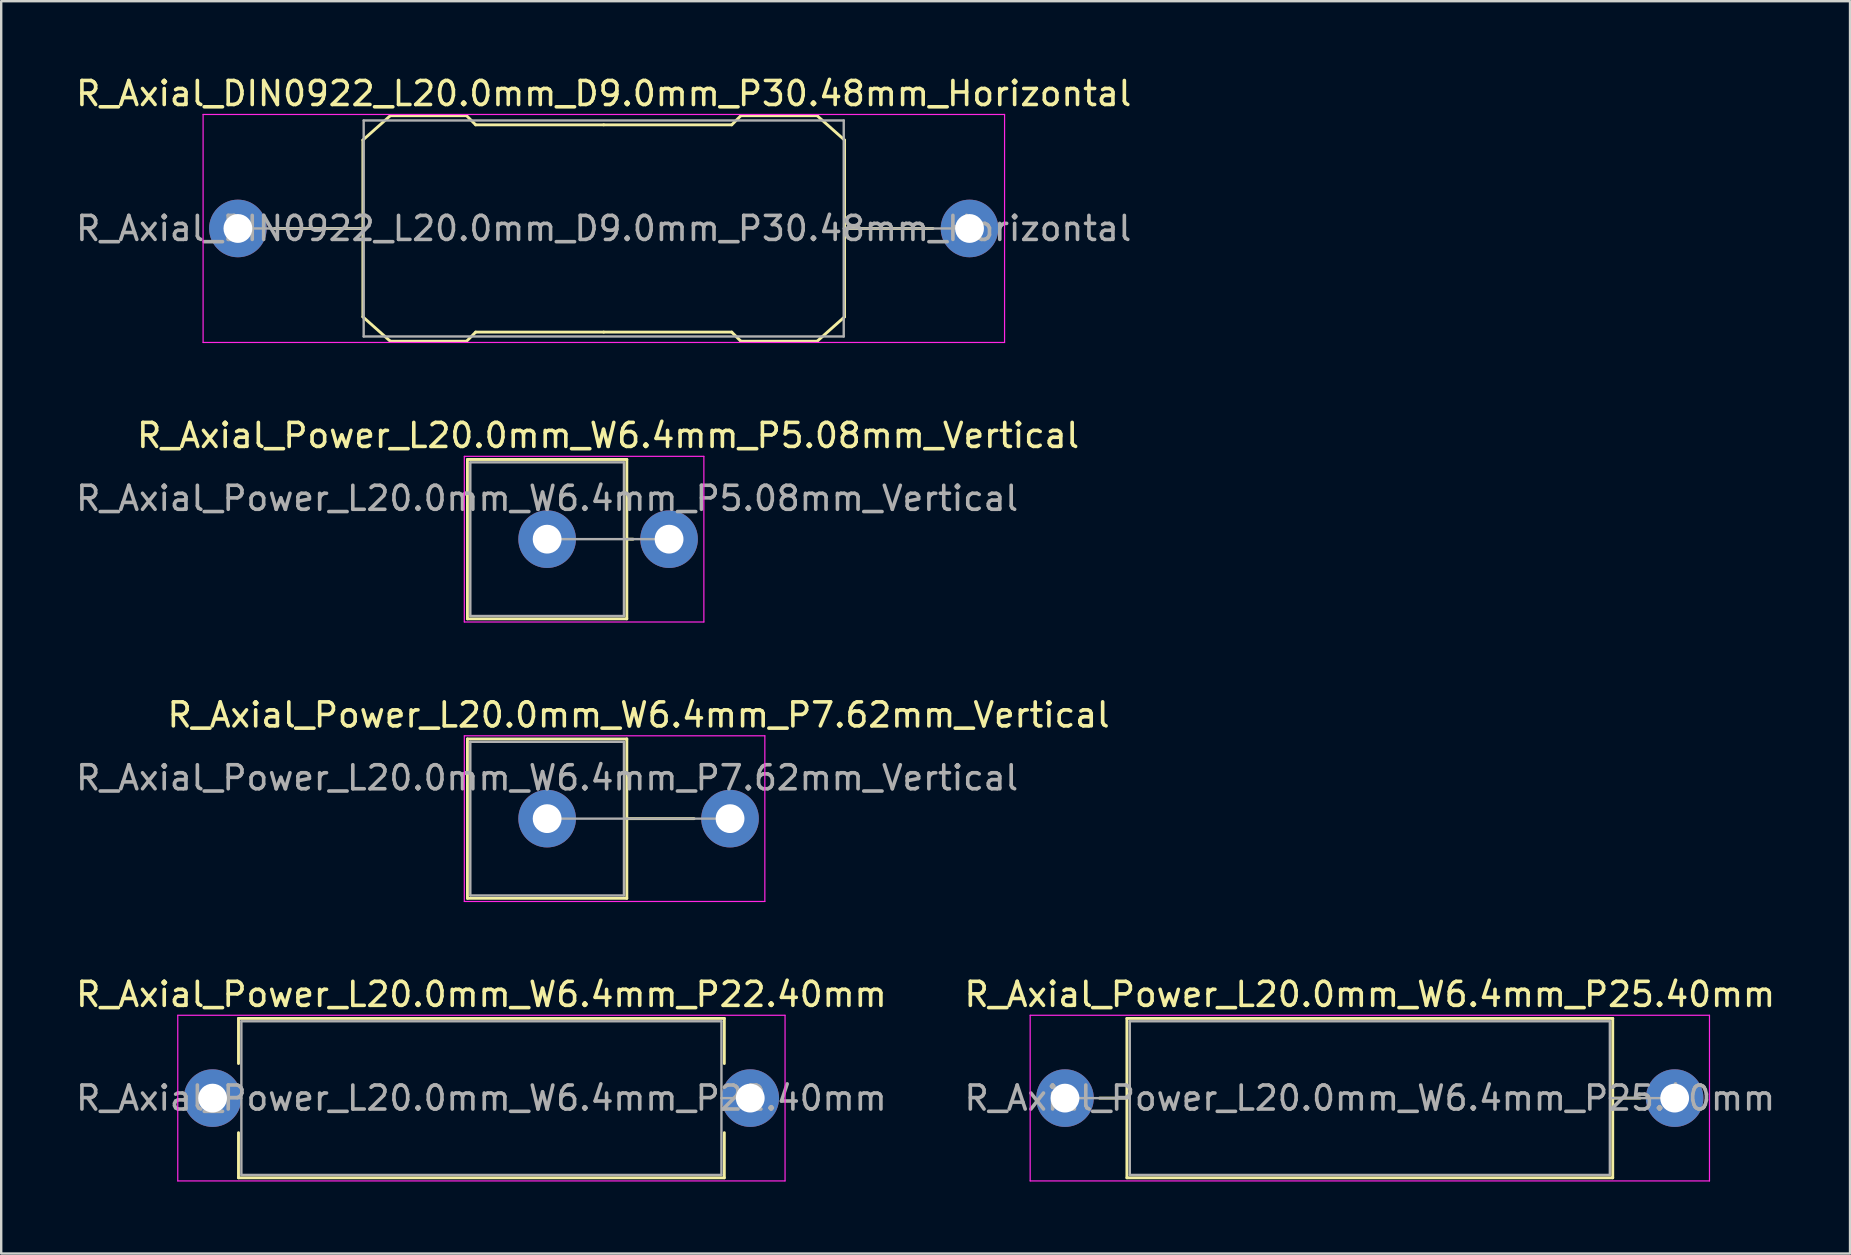
<source format=kicad_pcb>
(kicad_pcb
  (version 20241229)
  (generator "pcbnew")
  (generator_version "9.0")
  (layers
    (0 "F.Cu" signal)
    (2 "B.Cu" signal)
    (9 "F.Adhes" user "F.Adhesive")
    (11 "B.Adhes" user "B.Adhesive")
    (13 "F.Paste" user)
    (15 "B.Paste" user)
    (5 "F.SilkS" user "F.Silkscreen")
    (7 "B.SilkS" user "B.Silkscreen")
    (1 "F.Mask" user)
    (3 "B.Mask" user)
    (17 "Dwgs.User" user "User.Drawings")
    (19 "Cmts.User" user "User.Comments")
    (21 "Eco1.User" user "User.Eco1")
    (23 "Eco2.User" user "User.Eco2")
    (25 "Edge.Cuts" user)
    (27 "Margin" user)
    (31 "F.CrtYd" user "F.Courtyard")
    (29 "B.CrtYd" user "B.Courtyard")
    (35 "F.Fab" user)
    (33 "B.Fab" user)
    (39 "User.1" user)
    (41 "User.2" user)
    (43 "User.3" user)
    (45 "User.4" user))
  (footprint "R_Axial_DIN0922_L20.0mm_D9.0mm_P30.48mm_Horizontal"
    (layer "F.Cu")
    (at 6.861 6.468)
    (property "Reference" "R_Axial_DIN0922_L20.0mm_D9.0mm_P30.48mm_Horizontal" (at 15.24 -5.62 0) (layer "F.SilkS") (effects (font (size 1 1) (thickness 0.15))))
    (attr through_hole)
    (fp_line (start 5.207 -3.683) (end 5.207 3.683) (stroke (width 0.12) (type solid)) (layer "F.SilkS"))
    (fp_line (start 5.207 -3.683) (end 6.35 -4.699) (stroke (width 0.12) (type solid)) (layer "F.SilkS"))
    (fp_line (start 5.207 0) (end 1.524 0) (stroke (width 0.12) (type solid)) (layer "F.SilkS"))
    (fp_line (start 5.207 3.683) (end 6.35 4.699) (stroke (width 0.12) (type solid)) (layer "F.SilkS"))
    (fp_line (start 6.35 -4.699) (end 9.525 -4.699) (stroke (width 0.12) (type solid)) (layer "F.SilkS"))
    (fp_line (start 6.35 4.699) (end 9.525 4.699) (stroke (width 0.12) (type solid)) (layer "F.SilkS"))
    (fp_line (start 9.525 -4.699) (end 9.906 -4.318) (stroke (width 0.12) (type solid)) (layer "F.SilkS"))
    (fp_line (start 9.525 4.699) (end 9.906 4.318) (stroke (width 0.12) (type solid)) (layer "F.SilkS"))
    (fp_line (start 9.906 -4.318) (end 15.24 -4.318) (stroke (width 0.12) (type solid)) (layer "F.SilkS"))
    (fp_line (start 9.906 4.318) (end 15.24 4.318) (stroke (width 0.12) (type solid)) (layer "F.SilkS"))
    (fp_line (start 20.574 -4.318) (end 15.24 -4.318) (stroke (width 0.12) (type solid)) (layer "F.SilkS"))
    (fp_line (start 20.574 4.318) (end 15.24 4.318) (stroke (width 0.12) (type solid)) (layer "F.SilkS"))
    (fp_line (start 20.955 -4.699) (end 20.574 -4.318) (stroke (width 0.12) (type solid)) (layer "F.SilkS"))
    (fp_line (start 20.955 4.699) (end 20.574 4.318) (stroke (width 0.12) (type solid)) (layer "F.SilkS"))
    (fp_line (start 24.13 -4.699) (end 20.955 -4.699) (stroke (width 0.12) (type solid)) (layer "F.SilkS"))
    (fp_line (start 24.13 4.699) (end 20.955 4.699) (stroke (width 0.12) (type solid)) (layer "F.SilkS"))
    (fp_line (start 25.273 -3.683) (end 24.13 -4.699) (stroke (width 0.12) (type solid)) (layer "F.SilkS"))
    (fp_line (start 25.273 -3.683) (end 25.273 3.683) (stroke (width 0.12) (type solid)) (layer "F.SilkS"))
    (fp_line (start 25.273 0) (end 28.956 0) (stroke (width 0.12) (type solid)) (layer "F.SilkS"))
    (fp_line (start 25.273 3.683) (end 24.13 4.699) (stroke (width 0.12) (type solid)) (layer "F.SilkS"))
    (fp_line (start -1.45 -4.75) (end -1.45 4.75) (stroke (width 0.05) (type solid)) (layer "F.CrtYd"))
    (fp_line (start -1.45 4.75) (end 31.94 4.75) (stroke (width 0.05) (type solid)) (layer "F.CrtYd"))
    (fp_line (start 31.94 -4.75) (end -1.45 -4.75) (stroke (width 0.05) (type solid)) (layer "F.CrtYd"))
    (fp_line (start 31.94 4.75) (end 31.94 -4.75) (stroke (width 0.05) (type solid)) (layer "F.CrtYd"))
    (fp_line (start 0 0) (end 5.24 0) (stroke (width 0.1) (type solid)) (layer "F.Fab"))
    (fp_line (start 5.24 -4.5) (end 5.24 4.5) (stroke (width 0.1) (type solid)) (layer "F.Fab"))
    (fp_line (start 5.24 4.5) (end 25.24 4.5) (stroke (width 0.1) (type solid)) (layer "F.Fab"))
    (fp_line (start 25.24 -4.5) (end 5.24 -4.5) (stroke (width 0.1) (type solid)) (layer "F.Fab"))
    (fp_line (start 25.24 4.5) (end 25.24 -4.5) (stroke (width 0.1) (type solid)) (layer "F.Fab"))
    (fp_line (start 30.48 0) (end 25.24 0) (stroke (width 0.1) (type solid)) (layer "F.Fab"))
    (fp_text user "${REFERENCE}" (at 15.24 0 0) (layer "F.Fab") (effects (font (size 1 1) (thickness 0.15))))
    (pad "1" thru_hole circle (at 0 0) (size 2.4 2.4) (drill 1.2) (layers "*.Cu" "*.Mask"))
    (pad "2" thru_hole oval (at 30.48 0) (size 2.4 2.4) (drill 1.2) (layers "*.Cu" "*.Mask")))
  (footprint "R_Axial_Power_L20.0mm_W6.4mm_P5.08mm_Vertical"
    (layer "F.Cu")
    (at 19.744 19.412)
    (property "Reference" "R_Axial_Power_L20.0mm_W6.4mm_P5.08mm_Vertical" (at 2.54 -4.32 0) (layer "F.SilkS") (effects (font (size 1 1) (thickness 0.15))))
    (attr through_hole)
    (fp_line (start -3.32 -3.32) (end -3.32 3.32) (stroke (width 0.12) (type solid)) (layer "F.SilkS"))
    (fp_line (start -3.32 3.32) (end 3.32 3.32) (stroke (width 0.12) (type solid)) (layer "F.SilkS"))
    (fp_line (start 3.32 -3.32) (end -3.32 -3.32) (stroke (width 0.12) (type solid)) (layer "F.SilkS"))
    (fp_line (start 3.32 0) (end 3.58 0) (stroke (width 0.12) (type solid)) (layer "F.SilkS"))
    (fp_line (start 3.32 3.32) (end 3.32 -3.32) (stroke (width 0.12) (type solid)) (layer "F.SilkS"))
    (fp_line (start -3.45 -3.45) (end -3.45 3.45) (stroke (width 0.05) (type solid)) (layer "F.CrtYd"))
    (fp_line (start -3.45 3.45) (end 6.53 3.45) (stroke (width 0.05) (type solid)) (layer "F.CrtYd"))
    (fp_line (start 6.53 -3.45) (end -3.45 -3.45) (stroke (width 0.05) (type solid)) (layer "F.CrtYd"))
    (fp_line (start 6.53 3.45) (end 6.53 -3.45) (stroke (width 0.05) (type solid)) (layer "F.CrtYd"))
    (fp_line (start -3.2 -3.2) (end -3.2 3.2) (stroke (width 0.1) (type solid)) (layer "F.Fab"))
    (fp_line (start -3.2 3.2) (end 3.2 3.2) (stroke (width 0.1) (type solid)) (layer "F.Fab"))
    (fp_line (start 0 0) (end 5.08 0) (stroke (width 0.1) (type solid)) (layer "F.Fab"))
    (fp_line (start 3.2 -3.2) (end -3.2 -3.2) (stroke (width 0.1) (type solid)) (layer "F.Fab"))
    (fp_line (start 3.2 3.2) (end 3.2 -3.2) (stroke (width 0.1) (type solid)) (layer "F.Fab"))
    (fp_text user "${REFERENCE}" (at 0 -1.7 0) (layer "F.Fab") (effects (font (size 1 1) (thickness 0.15))))
    (pad "1" thru_hole circle (at 0 0) (size 2.4 2.4) (drill 1.2) (layers "*.Cu" "*.Mask"))
    (pad "2" thru_hole oval (at 5.08 0) (size 2.4 2.4) (drill 1.2) (layers "*.Cu" "*.Mask")))
  (footprint "R_Axial_Power_L20.0mm_W6.4mm_P7.62mm_Vertical"
    (layer "F.Cu")
    (at 19.744 31.055)
    (property "Reference" "R_Axial_Power_L20.0mm_W6.4mm_P7.62mm_Vertical" (at 3.81 -4.32 0) (layer "F.SilkS") (effects (font (size 1 1) (thickness 0.15))))
    (attr through_hole)
    (fp_line (start -3.32 -3.32) (end -3.32 3.32) (stroke (width 0.12) (type solid)) (layer "F.SilkS"))
    (fp_line (start -3.32 3.32) (end 3.32 3.32) (stroke (width 0.12) (type solid)) (layer "F.SilkS"))
    (fp_line (start 3.32 -3.32) (end -3.32 -3.32) (stroke (width 0.12) (type solid)) (layer "F.SilkS"))
    (fp_line (start 3.32 0) (end 6.12 0) (stroke (width 0.12) (type solid)) (layer "F.SilkS"))
    (fp_line (start 3.32 3.32) (end 3.32 -3.32) (stroke (width 0.12) (type solid)) (layer "F.SilkS"))
    (fp_line (start -3.45 -3.45) (end -3.45 3.45) (stroke (width 0.05) (type solid)) (layer "F.CrtYd"))
    (fp_line (start -3.45 3.45) (end 9.07 3.45) (stroke (width 0.05) (type solid)) (layer "F.CrtYd"))
    (fp_line (start 9.07 -3.45) (end -3.45 -3.45) (stroke (width 0.05) (type solid)) (layer "F.CrtYd"))
    (fp_line (start 9.07 3.45) (end 9.07 -3.45) (stroke (width 0.05) (type solid)) (layer "F.CrtYd"))
    (fp_line (start -3.2 -3.2) (end -3.2 3.2) (stroke (width 0.1) (type solid)) (layer "F.Fab"))
    (fp_line (start -3.2 3.2) (end 3.2 3.2) (stroke (width 0.1) (type solid)) (layer "F.Fab"))
    (fp_line (start 0 0) (end 7.62 0) (stroke (width 0.1) (type solid)) (layer "F.Fab"))
    (fp_line (start 3.2 -3.2) (end -3.2 -3.2) (stroke (width 0.1) (type solid)) (layer "F.Fab"))
    (fp_line (start 3.2 3.2) (end 3.2 -3.2) (stroke (width 0.1) (type solid)) (layer "F.Fab"))
    (fp_text user "${REFERENCE}" (at 0 -1.7 0) (layer "F.Fab") (effects (font (size 1 1) (thickness 0.15))))
    (pad "1" thru_hole circle (at 0 0) (size 2.4 2.4) (drill 1.2) (layers "*.Cu" "*.Mask"))
    (pad "2" thru_hole oval (at 7.62 0) (size 2.4 2.4) (drill 1.2) (layers "*.Cu" "*.Mask")))
  (footprint "R_Axial_Power_L20.0mm_W6.4mm_P25.40mm"
    (layer "F.Cu")
    (at 41.318 42.698)
    (property "Reference" "R_Axial_Power_L20.0mm_W6.4mm_P25.40mm" (at 12.7 -4.32 0) (layer "F.SilkS") (effects (font (size 1 1) (thickness 0.15))))
    (attr through_hole)
    (fp_line (start 1.44 0) (end 2.58 0) (stroke (width 0.12) (type solid)) (layer "F.SilkS"))
    (fp_line (start 2.58 -3.32) (end 2.58 3.32) (stroke (width 0.12) (type solid)) (layer "F.SilkS"))
    (fp_line (start 2.58 3.32) (end 22.82 3.32) (stroke (width 0.12) (type solid)) (layer "F.SilkS"))
    (fp_line (start 22.82 -3.32) (end 2.58 -3.32) (stroke (width 0.12) (type solid)) (layer "F.SilkS"))
    (fp_line (start 22.82 3.32) (end 22.82 -3.32) (stroke (width 0.12) (type solid)) (layer "F.SilkS"))
    (fp_line (start 23.96 0) (end 22.82 0) (stroke (width 0.12) (type solid)) (layer "F.SilkS"))
    (fp_line (start -1.45 -3.45) (end -1.45 3.45) (stroke (width 0.05) (type solid)) (layer "F.CrtYd"))
    (fp_line (start -1.45 3.45) (end 26.85 3.45) (stroke (width 0.05) (type solid)) (layer "F.CrtYd"))
    (fp_line (start 26.85 -3.45) (end -1.45 -3.45) (stroke (width 0.05) (type solid)) (layer "F.CrtYd"))
    (fp_line (start 26.85 3.45) (end 26.85 -3.45) (stroke (width 0.05) (type solid)) (layer "F.CrtYd"))
    (fp_line (start 0 0) (end 2.7 0) (stroke (width 0.1) (type solid)) (layer "F.Fab"))
    (fp_line (start 2.7 -3.2) (end 2.7 3.2) (stroke (width 0.1) (type solid)) (layer "F.Fab"))
    (fp_line (start 2.7 3.2) (end 22.7 3.2) (stroke (width 0.1) (type solid)) (layer "F.Fab"))
    (fp_line (start 22.7 -3.2) (end 2.7 -3.2) (stroke (width 0.1) (type solid)) (layer "F.Fab"))
    (fp_line (start 22.7 3.2) (end 22.7 -3.2) (stroke (width 0.1) (type solid)) (layer "F.Fab"))
    (fp_line (start 25.4 0) (end 22.7 0) (stroke (width 0.1) (type solid)) (layer "F.Fab"))
    (fp_text user "${REFERENCE}" (at 12.7 0 0) (layer "F.Fab") (effects (font (size 1 1) (thickness 0.15))))
    (pad "1" thru_hole circle (at 0 0) (size 2.4 2.4) (drill 1.2) (layers "*.Cu" "*.Mask"))
    (pad "2" thru_hole oval (at 25.4 0) (size 2.4 2.4) (drill 1.2) (layers "*.Cu" "*.Mask")))
  (footprint "R_Axial_Power_L20.0mm_W6.4mm_P22.40mm"
    (layer "F.Cu")
    (at 5.806 42.698)
    (property "Reference" "R_Axial_Power_L20.0mm_W6.4mm_P22.40mm" (at 11.2 -4.32 0) (layer "F.SilkS") (effects (font (size 1 1) (thickness 0.15))))
    (attr through_hole)
    (fp_line (start 1.08 -3.32) (end 21.32 -3.32) (stroke (width 0.12) (type solid)) (layer "F.SilkS"))
    (fp_line (start 1.08 -1.44) (end 1.08 -3.32) (stroke (width 0.12) (type solid)) (layer "F.SilkS"))
    (fp_line (start 1.08 1.44) (end 1.08 3.32) (stroke (width 0.12) (type solid)) (layer "F.SilkS"))
    (fp_line (start 1.08 3.32) (end 21.32 3.32) (stroke (width 0.12) (type solid)) (layer "F.SilkS"))
    (fp_line (start 21.32 -3.32) (end 21.32 -1.44) (stroke (width 0.12) (type solid)) (layer "F.SilkS"))
    (fp_line (start 21.32 3.32) (end 21.32 1.44) (stroke (width 0.12) (type solid)) (layer "F.SilkS"))
    (fp_line (start -1.45 -3.45) (end -1.45 3.45) (stroke (width 0.05) (type solid)) (layer "F.CrtYd"))
    (fp_line (start -1.45 3.45) (end 23.85 3.45) (stroke (width 0.05) (type solid)) (layer "F.CrtYd"))
    (fp_line (start 23.85 -3.45) (end -1.45 -3.45) (stroke (width 0.05) (type solid)) (layer "F.CrtYd"))
    (fp_line (start 23.85 3.45) (end 23.85 -3.45) (stroke (width 0.05) (type solid)) (layer "F.CrtYd"))
    (fp_line (start 0 0) (end 1.2 0) (stroke (width 0.1) (type solid)) (layer "F.Fab"))
    (fp_line (start 1.2 -3.2) (end 1.2 3.2) (stroke (width 0.1) (type solid)) (layer "F.Fab"))
    (fp_line (start 1.2 3.2) (end 21.2 3.2) (stroke (width 0.1) (type solid)) (layer "F.Fab"))
    (fp_line (start 21.2 -3.2) (end 1.2 -3.2) (stroke (width 0.1) (type solid)) (layer "F.Fab"))
    (fp_line (start 21.2 3.2) (end 21.2 -3.2) (stroke (width 0.1) (type solid)) (layer "F.Fab"))
    (fp_line (start 22.4 0) (end 21.2 0) (stroke (width 0.1) (type solid)) (layer "F.Fab"))
    (fp_text user "${REFERENCE}" (at 11.2 0 0) (layer "F.Fab") (effects (font (size 1 1) (thickness 0.15))))
    (pad "1" thru_hole circle (at 0 0) (size 2.4 2.4) (drill 1.2) (layers "*.Cu" "*.Mask"))
    (pad "2" thru_hole oval (at 22.4 0) (size 2.4 2.4) (drill 1.2) (layers "*.Cu" "*.Mask")))
  (gr_rect
    (start -3 -3)
    (end 74.024 49.173)
    (stroke (width 0.1) (type default))
    (fill no)
    (layer "Edge.Cuts")))
</source>
